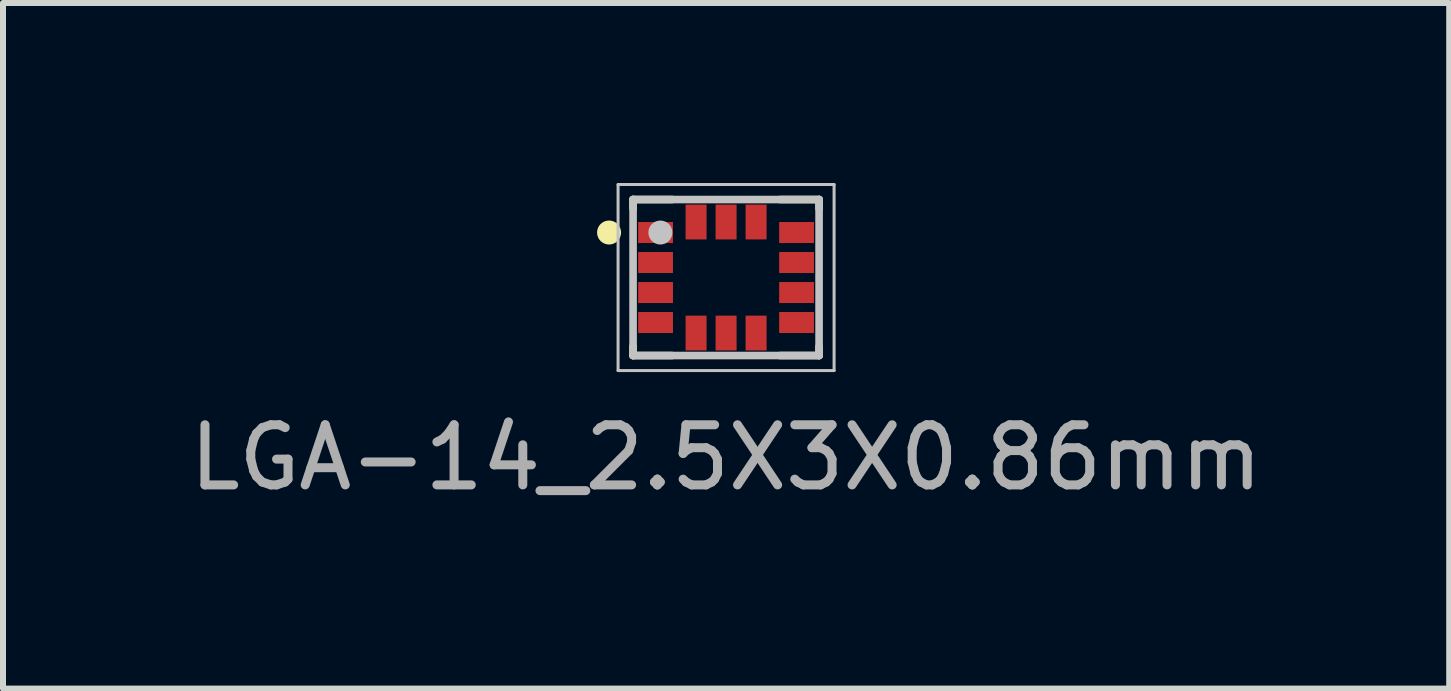
<source format=kicad_pcb>
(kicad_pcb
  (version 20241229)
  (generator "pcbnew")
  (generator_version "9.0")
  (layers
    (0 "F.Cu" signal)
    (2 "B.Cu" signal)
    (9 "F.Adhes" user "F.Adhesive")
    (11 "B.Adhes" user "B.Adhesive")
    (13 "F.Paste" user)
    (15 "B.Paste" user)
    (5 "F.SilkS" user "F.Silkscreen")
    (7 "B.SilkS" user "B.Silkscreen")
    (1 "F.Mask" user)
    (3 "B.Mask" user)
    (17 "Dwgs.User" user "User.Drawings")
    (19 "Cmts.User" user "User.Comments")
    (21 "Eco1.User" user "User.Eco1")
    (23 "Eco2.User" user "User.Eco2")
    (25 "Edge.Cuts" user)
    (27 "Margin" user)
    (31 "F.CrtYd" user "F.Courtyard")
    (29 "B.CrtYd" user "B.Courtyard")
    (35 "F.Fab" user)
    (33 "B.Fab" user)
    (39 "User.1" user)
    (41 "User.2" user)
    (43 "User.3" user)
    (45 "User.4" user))
  (footprint "LGA-14_2.5X3X0.86mm"
    (layer "F.Cu")
    (at 9.05 1.575)
    (property "Reference" "LGA-14_2.5X3X0.86mm" (at 0 3 0) (layer "F.Fab") (effects (font (size 1.002 1.002) (thickness 0.15))))
    (attr smd)
    (fp_line (start -1.55 -1.3) (end -1.55 -1.15) (stroke (width 0.127) (type solid)) (layer "F.SilkS"))
    (fp_line (start -1.55 1.15) (end -1.55 1.3) (stroke (width 0.127) (type solid)) (layer "F.SilkS"))
    (fp_line (start -1.55 1.3) (end -0.9 1.3) (stroke (width 0.127) (type solid)) (layer "F.SilkS"))
    (fp_line (start -0.9 -1.3) (end -1.55 -1.3) (stroke (width 0.127) (type solid)) (layer "F.SilkS"))
    (fp_line (start 0.9 -1.3) (end 1.55 -1.3) (stroke (width 0.127) (type solid)) (layer "F.SilkS"))
    (fp_line (start 1.55 -1.3) (end 1.55 -1.15) (stroke (width 0.127) (type solid)) (layer "F.SilkS"))
    (fp_line (start 1.55 1.15) (end 1.55 1.3) (stroke (width 0.127) (type solid)) (layer "F.SilkS"))
    (fp_line (start 1.55 1.3) (end 0.9 1.3) (stroke (width 0.127) (type solid)) (layer "F.SilkS"))
    (fp_circle (center -1.95 -0.75) (end -1.85 -0.75) (stroke (width 0.2) (type solid)) (fill no) (layer "F.SilkS"))
    (fp_line (start -1.8 -1.55) (end 1.8 -1.55) (stroke (width 0.05) (type solid)) (layer "Dwgs.User"))
    (fp_line (start -1.8 1.55) (end -1.8 -1.55) (stroke (width 0.05) (type solid)) (layer "Dwgs.User"))
    (fp_line (start -1.55 -1.3) (end 1.55 -1.3) (stroke (width 0.127) (type solid)) (layer "Dwgs.User"))
    (fp_line (start -1.55 1.3) (end -1.55 -1.3) (stroke (width 0.127) (type solid)) (layer "Dwgs.User"))
    (fp_line (start 1.55 -1.3) (end 1.55 1.3) (stroke (width 0.127) (type solid)) (layer "Dwgs.User"))
    (fp_line (start 1.55 1.3) (end -1.55 1.3) (stroke (width 0.127) (type solid)) (layer "Dwgs.User"))
    (fp_line (start 1.8 -1.55) (end 1.8 1.55) (stroke (width 0.05) (type solid)) (layer "Dwgs.User"))
    (fp_line (start 1.8 1.55) (end -1.8 1.55) (stroke (width 0.05) (type solid)) (layer "Dwgs.User"))
    (fp_circle (center -1.095 -0.75) (end -0.995 -0.75) (stroke (width 0.2) (type solid)) (fill no) (layer "Dwgs.User"))
    (pad "1" smd rect (at -1.175 -0.75 180) (size 0.58 0.35) (layers "F.Cu" "F.Mask" "F.Paste"))
    (pad "2" smd rect (at -1.175 -0.25 180) (size 0.58 0.35) (layers "F.Cu" "F.Mask" "F.Paste"))
    (pad "3" smd rect (at -1.175 0.25 180) (size 0.58 0.35) (layers "F.Cu" "F.Mask" "F.Paste"))
    (pad "4" smd rect (at -1.175 0.75 180) (size 0.58 0.35) (layers "F.Cu" "F.Mask" "F.Paste"))
    (pad "5" smd rect (at -0.5 0.925 90) (size 0.58 0.35) (layers "F.Cu" "F.Mask" "F.Paste"))
    (pad "6" smd rect (at 0 0.925 90) (size 0.58 0.35) (layers "F.Cu" "F.Mask" "F.Paste"))
    (pad "7" smd rect (at 0.5 0.925 90) (size 0.58 0.35) (layers "F.Cu" "F.Mask" "F.Paste"))
    (pad "8" smd rect (at 1.175 0.75 180) (size 0.58 0.35) (layers "F.Cu" "F.Mask" "F.Paste"))
    (pad "9" smd rect (at 1.175 0.25 180) (size 0.58 0.35) (layers "F.Cu" "F.Mask" "F.Paste"))
    (pad "10" smd rect (at 1.175 -0.25 180) (size 0.58 0.35) (layers "F.Cu" "F.Mask" "F.Paste"))
    (pad "11" smd rect (at 1.175 -0.75 180) (size 0.58 0.35) (layers "F.Cu" "F.Mask" "F.Paste"))
    (pad "12" smd rect (at 0.5 -0.925 90) (size 0.58 0.35) (layers "F.Cu" "F.Mask" "F.Paste"))
    (pad "13" smd rect (at 0 -0.925 90) (size 0.58 0.35) (layers "F.Cu" "F.Mask" "F.Paste"))
    (pad "14" smd rect (at -0.5 -0.925 90) (size 0.58 0.35) (layers "F.Cu" "F.Mask" "F.Paste")))
  (gr_rect
    (start -3 -3)
    (end 21.101 8.425)
    (stroke (width 0.1) (type default))
    (fill no)
    (layer "Edge.Cuts")))
</source>
